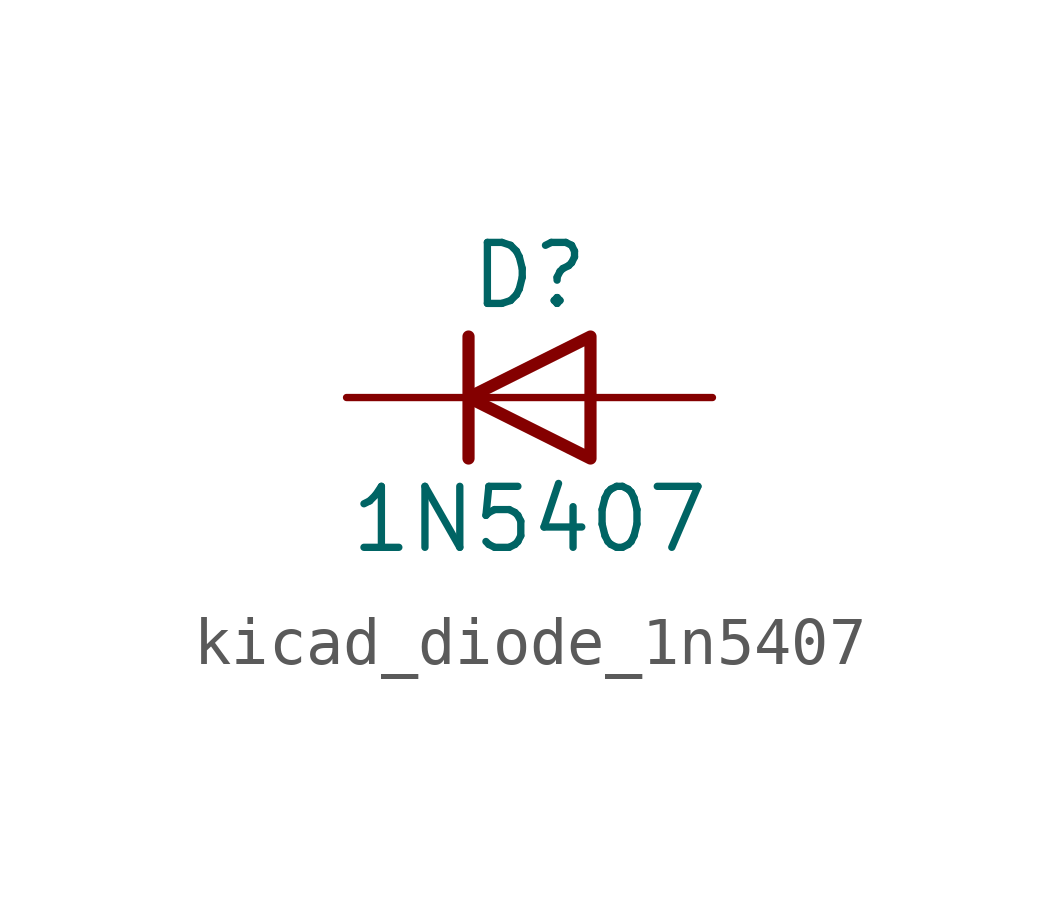
<source format=kicad_sym>
(kicad_symbol_lib
  (version 20220914)
  (generator kicad_symbol_editor)
  (symbol "kicad_diode_1n5407"
    (pin_numbers hide)
    (pin_names hide)
    (property "Reference" "D"
      (at 0 2.54 0)
      (effects (font (size 1.27 1.27))))
    (property "Value" "1N5407"
      (at 0 -2.54 0)
      (effects (font (size 1.27 1.27))))
    (symbol "kicad_diode_1n5407_0_1"
      (polyline (pts (xy -1.27 1.27) (xy -1.27 -1.27)) (stroke (width 0.254) (type default)) (fill (type none)))
      (polyline (pts (xy 1.27 0) (xy -1.27 0)) (stroke (width 0) (type default)) (fill (type none)))
      (polyline (pts (xy 1.27 1.27) (xy 1.27 -1.27) (xy -1.27 0) (xy 1.27 1.27)) (stroke (width 0.254) (type default)) (fill (type none))))
    (symbol "kicad_diode_1n5407_1_1"
      (pin passive line (at -3.81 0 0) (length 2.54) (name "K" (effects (font (size 1.27 1.27)))) (number "1" (effects (font (size 1.27 1.27)))))
      (pin passive line (at 3.81 0 180) (length 2.54) (name "A" (effects (font (size 1.27 1.27)))) (number "2" (effects (font (size 1.27 1.27))))))))
</source>
